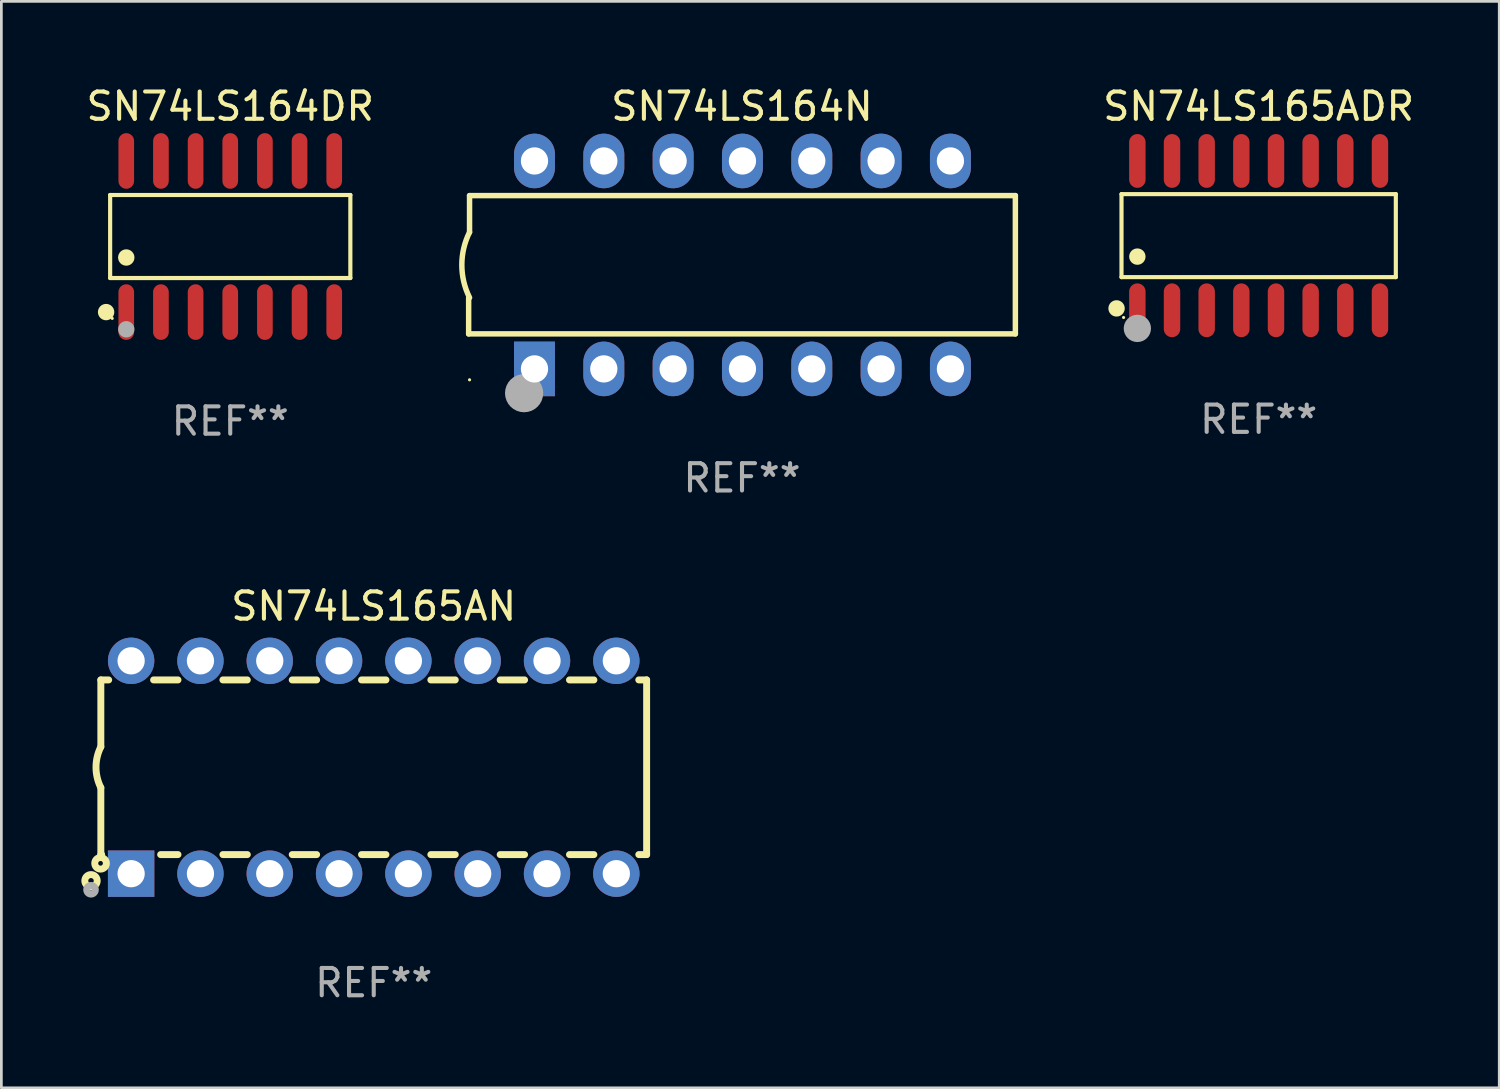
<source format=kicad_pcb>
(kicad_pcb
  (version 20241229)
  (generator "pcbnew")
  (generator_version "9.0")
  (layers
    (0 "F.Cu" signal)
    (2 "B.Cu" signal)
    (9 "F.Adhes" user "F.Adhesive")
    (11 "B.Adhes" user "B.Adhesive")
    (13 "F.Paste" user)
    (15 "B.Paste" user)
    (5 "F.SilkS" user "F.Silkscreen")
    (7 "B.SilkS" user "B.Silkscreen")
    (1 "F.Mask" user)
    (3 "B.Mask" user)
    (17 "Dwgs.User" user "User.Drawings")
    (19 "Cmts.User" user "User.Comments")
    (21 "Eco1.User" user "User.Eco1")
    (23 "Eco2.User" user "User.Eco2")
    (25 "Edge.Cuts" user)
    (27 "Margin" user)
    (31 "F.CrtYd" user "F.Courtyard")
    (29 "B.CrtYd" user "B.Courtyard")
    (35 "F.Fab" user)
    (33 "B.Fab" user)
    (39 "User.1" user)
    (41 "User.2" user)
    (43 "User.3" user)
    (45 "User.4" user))
  (footprint "SN74LS164DR"
    (layer "F.Cu")
    (at 5.387 5.617)
    (property "Reference" "SN74LS164DR" (at 0 -4.769 0) (layer "F.SilkS") (effects (font (size 1 1) (thickness 0.15))))
    (attr through_hole)
    (fp_line (start -4.401 -1.521) (end 4.401 -1.521) (stroke (width 0.152) (type solid)) (layer "F.SilkS"))
    (fp_line (start -4.401 1.521) (end -4.401 -1.521) (stroke (width 0.152) (type solid)) (layer "F.SilkS"))
    (fp_line (start 4.401 -1.521) (end 4.401 1.521) (stroke (width 0.152) (type solid)) (layer "F.SilkS"))
    (fp_line (start 4.401 1.521) (end -4.401 1.521) (stroke (width 0.152) (type solid)) (layer "F.SilkS"))
    (fp_circle (center -4.549 2.769) (end -4.399 2.769) (stroke (width 0.3) (type solid)) (fill no) (layer "F.SilkS"))
    (fp_circle (center -4.325 3) (end -4.295 3) (stroke (width 0.06) (type solid)) (fill no) (layer "F.SilkS"))
    (fp_circle (center -3.81 0.769) (end -3.66 0.769) (stroke (width 0.3) (type solid)) (fill no) (layer "F.SilkS"))
    (fp_circle (center -3.81 3.4) (end -3.66 3.4) (stroke (width 0.3) (type solid)) (fill no) (layer "F.Fab"))
    (fp_text user "REF**" (at 0 6.769 0) (layer "F.Fab") (effects (font (size 1 1) (thickness 0.15))))
    (pad "1" smd oval (at -3.81 2.769) (size 0.574 2.038) (layers "F.Cu" "F.Mask" "F.Paste"))
    (pad "2" smd oval (at -2.54 2.769) (size 0.574 2.038) (layers "F.Cu" "F.Mask" "F.Paste"))
    (pad "3" smd oval (at -1.27 2.769) (size 0.574 2.038) (layers "F.Cu" "F.Mask" "F.Paste"))
    (pad "4" smd oval (at 0 2.769) (size 0.574 2.038) (layers "F.Cu" "F.Mask" "F.Paste"))
    (pad "5" smd oval (at 1.27 2.769) (size 0.574 2.038) (layers "F.Cu" "F.Mask" "F.Paste"))
    (pad "6" smd oval (at 2.54 2.769) (size 0.574 2.038) (layers "F.Cu" "F.Mask" "F.Paste"))
    (pad "7" smd oval (at 3.81 2.769) (size 0.574 2.038) (layers "F.Cu" "F.Mask" "F.Paste"))
    (pad "8" smd oval (at 3.81 -2.769) (size 0.574 2.038) (layers "F.Cu" "F.Mask" "F.Paste"))
    (pad "9" smd oval (at 2.54 -2.769) (size 0.574 2.038) (layers "F.Cu" "F.Mask" "F.Paste"))
    (pad "10" smd oval (at 1.27 -2.769) (size 0.574 2.038) (layers "F.Cu" "F.Mask" "F.Paste"))
    (pad "11" smd oval (at 0 -2.769) (size 0.574 2.038) (layers "F.Cu" "F.Mask" "F.Paste"))
    (pad "12" smd oval (at -1.27 -2.769) (size 0.574 2.038) (layers "F.Cu" "F.Mask" "F.Paste"))
    (pad "13" smd oval (at -2.54 -2.769) (size 0.574 2.038) (layers "F.Cu" "F.Mask" "F.Paste"))
    (pad "14" smd oval (at -3.81 -2.769) (size 0.574 2.038) (layers "F.Cu" "F.Mask" "F.Paste")))
  (footprint "SN74LS165AN"
    (layer "F.Cu")
    (at 10.645 25.065)
    (property "Reference" "SN74LS165AN" (at 0 -5.9 0) (layer "F.SilkS") (effects (font (size 1 1) (thickness 0.15))))
    (attr through_hole)
    (fp_line (start -10 -3.2) (end -10 -0.75) (stroke (width 0.254) (type solid)) (layer "F.SilkS"))
    (fp_line (start -10 -3.2) (end -9.713 -3.2) (stroke (width 0.254) (type solid)) (layer "F.SilkS"))
    (fp_line (start -10 3.2) (end -10 0.75) (stroke (width 0.254) (type solid)) (layer "F.SilkS"))
    (fp_line (start -10 3.2) (end -9.971 3.2) (stroke (width 0.254) (type solid)) (layer "F.SilkS"))
    (fp_line (start -8.067 -3.2) (end -7.173 -3.2) (stroke (width 0.254) (type solid)) (layer "F.SilkS"))
    (fp_line (start -7.809 3.2) (end -7.173 3.2) (stroke (width 0.254) (type solid)) (layer "F.SilkS"))
    (fp_line (start -5.527 3.2) (end -4.633 3.2) (stroke (width 0.254) (type solid)) (layer "F.SilkS"))
    (fp_line (start -5.527 -3.2) (end -4.633 -3.2) (stroke (width 0.254) (type solid)) (layer "F.SilkS"))
    (fp_line (start -2.987 3.2) (end -2.093 3.2) (stroke (width 0.254) (type solid)) (layer "F.SilkS"))
    (fp_line (start -2.987 -3.2) (end -2.093 -3.2) (stroke (width 0.254) (type solid)) (layer "F.SilkS"))
    (fp_line (start -0.447 3.2) (end 0.447 3.2) (stroke (width 0.254) (type solid)) (layer "F.SilkS"))
    (fp_line (start -0.447 -3.2) (end 0.447 -3.2) (stroke (width 0.254) (type solid)) (layer "F.SilkS"))
    (fp_line (start 2.093 3.2) (end 2.987 3.2) (stroke (width 0.254) (type solid)) (layer "F.SilkS"))
    (fp_line (start 2.093 -3.2) (end 2.987 -3.2) (stroke (width 0.254) (type solid)) (layer "F.SilkS"))
    (fp_line (start 4.633 3.2) (end 5.527 3.2) (stroke (width 0.254) (type solid)) (layer "F.SilkS"))
    (fp_line (start 4.633 -3.2) (end 5.527 -3.2) (stroke (width 0.254) (type solid)) (layer "F.SilkS"))
    (fp_line (start 7.173 3.2) (end 8.067 3.2) (stroke (width 0.254) (type solid)) (layer "F.SilkS"))
    (fp_line (start 7.173 -3.2) (end 8.067 -3.2) (stroke (width 0.254) (type solid)) (layer "F.SilkS"))
    (fp_line (start 9.713 3.2) (end 10 3.2) (stroke (width 0.254) (type solid)) (layer "F.SilkS"))
    (fp_line (start 9.713 -3.2) (end 10 -3.2) (stroke (width 0.254) (type solid)) (layer "F.SilkS"))
    (fp_line (start 10 -3.2) (end 10 3.2) (stroke (width 0.254) (type solid)) (layer "F.SilkS"))
    (fp_arc (start -10 0.748793) (mid -10.176918 -0.000607) (end -10.000025 -0.750013) (stroke (width 0.254001) (type solid)) (layer "F.SilkS"))
    (fp_circle (center -10.36 4.16) (end -10.26 4.16) (stroke (width 0.254) (type solid)) (fill no) (layer "F.SilkS"))
    (fp_circle (center -10.01 3.52) (end -9.924 3.52) (stroke (width 0.254) (type solid)) (fill no) (layer "F.SilkS"))
    (fp_circle (center -10.36 4.49) (end -10.202 4.49) (stroke (width 0.254) (type solid)) (fill no) (layer "F.Fab"))
    (fp_text user "REF**" (at 0 7.9 0) (layer "F.Fab") (effects (font (size 1 1) (thickness 0.15))))
    (pad "1" thru_hole rect (at -8.89 3.9 90) (size 1.7 1.7) (drill 1) (layers "*.Cu" "*.Mask"))
    (pad "2" thru_hole circle (at -6.35 3.9) (size 1.7 1.7) (drill 1) (layers "*.Cu" "*.Mask"))
    (pad "3" thru_hole circle (at -3.81 3.9) (size 1.7 1.7) (drill 1) (layers "*.Cu" "*.Mask"))
    (pad "4" thru_hole circle (at -1.27 3.9) (size 1.7 1.7) (drill 1) (layers "*.Cu" "*.Mask"))
    (pad "5" thru_hole circle (at 1.27 3.9) (size 1.7 1.7) (drill 1) (layers "*.Cu" "*.Mask"))
    (pad "6" thru_hole circle (at 3.81 3.9) (size 1.7 1.7) (drill 1) (layers "*.Cu" "*.Mask"))
    (pad "7" thru_hole circle (at 6.35 3.9) (size 1.7 1.7) (drill 1) (layers "*.Cu" "*.Mask"))
    (pad "8" thru_hole circle (at 8.89 3.9) (size 1.7 1.7) (drill 1) (layers "*.Cu" "*.Mask"))
    (pad "9" thru_hole circle (at 8.89 -3.9) (size 1.7 1.7) (drill 1) (layers "*.Cu" "*.Mask"))
    (pad "10" thru_hole circle (at 6.35 -3.9) (size 1.7 1.7) (drill 1) (layers "*.Cu" "*.Mask"))
    (pad "11" thru_hole circle (at 3.81 -3.9) (size 1.7 1.7) (drill 1) (layers "*.Cu" "*.Mask"))
    (pad "12" thru_hole circle (at 1.27 -3.9) (size 1.7 1.7) (drill 1) (layers "*.Cu" "*.Mask"))
    (pad "13" thru_hole circle (at -1.27 -3.9) (size 1.7 1.7) (drill 1) (layers "*.Cu" "*.Mask"))
    (pad "14" thru_hole circle (at -3.81 -3.9) (size 1.7 1.7) (drill 1) (layers "*.Cu" "*.Mask"))
    (pad "15" thru_hole circle (at -6.35 -3.9) (size 1.7 1.7) (drill 1) (layers "*.Cu" "*.Mask"))
    (pad "16" thru_hole circle (at -8.89 -3.9) (size 1.7 1.7) (drill 1) (layers "*.Cu" "*.Mask")))
  (footprint "SN74LS165ADR"
    (layer "F.Cu")
    (at 43.072 5.584)
    (property "Reference" "SN74LS165ADR" (at 0 -4.736 0) (layer "F.SilkS") (effects (font (size 1 1) (thickness 0.15))))
    (attr through_hole)
    (fp_line (start -5.026 -1.521) (end 5.026 -1.521) (stroke (width 0.152) (type solid)) (layer "F.SilkS"))
    (fp_line (start -5.026 1.521) (end -5.026 -1.521) (stroke (width 0.152) (type solid)) (layer "F.SilkS"))
    (fp_line (start 5.026 -1.521) (end 5.026 1.521) (stroke (width 0.152) (type solid)) (layer "F.SilkS"))
    (fp_line (start 5.026 1.521) (end -5.026 1.521) (stroke (width 0.152) (type solid)) (layer "F.SilkS"))
    (fp_circle (center -5.207 2.667) (end -5.057 2.667) (stroke (width 0.3) (type solid)) (fill no) (layer "F.SilkS"))
    (fp_circle (center -4.95 3) (end -4.92 3) (stroke (width 0.06) (type solid)) (fill no) (layer "F.SilkS"))
    (fp_circle (center -4.445 0.769) (end -4.295 0.769) (stroke (width 0.3) (type solid)) (fill no) (layer "F.SilkS"))
    (fp_circle (center -4.445 3.4) (end -4.195 3.4) (stroke (width 0.5) (type solid)) (fill no) (layer "F.Fab"))
    (fp_text user "REF**" (at 0 6.736 0) (layer "F.Fab") (effects (font (size 1 1) (thickness 0.15))))
    (pad "1" smd oval (at -4.445 2.736) (size 0.602 1.971) (layers "F.Cu" "F.Mask" "F.Paste"))
    (pad "2" smd oval (at -3.175 2.736) (size 0.602 1.971) (layers "F.Cu" "F.Mask" "F.Paste"))
    (pad "3" smd oval (at -1.905 2.736) (size 0.602 1.971) (layers "F.Cu" "F.Mask" "F.Paste"))
    (pad "4" smd oval (at -0.635 2.736) (size 0.602 1.971) (layers "F.Cu" "F.Mask" "F.Paste"))
    (pad "5" smd oval (at 0.635 2.736) (size 0.602 1.971) (layers "F.Cu" "F.Mask" "F.Paste"))
    (pad "6" smd oval (at 1.905 2.736) (size 0.602 1.971) (layers "F.Cu" "F.Mask" "F.Paste"))
    (pad "7" smd oval (at 3.175 2.736) (size 0.602 1.971) (layers "F.Cu" "F.Mask" "F.Paste"))
    (pad "8" smd oval (at 4.445 2.736) (size 0.602 1.971) (layers "F.Cu" "F.Mask" "F.Paste"))
    (pad "9" smd oval (at 4.445 -2.736) (size 0.602 1.971) (layers "F.Cu" "F.Mask" "F.Paste"))
    (pad "10" smd oval (at 3.175 -2.736) (size 0.602 1.971) (layers "F.Cu" "F.Mask" "F.Paste"))
    (pad "11" smd oval (at 1.905 -2.736) (size 0.602 1.971) (layers "F.Cu" "F.Mask" "F.Paste"))
    (pad "12" smd oval (at 0.635 -2.736) (size 0.602 1.971) (layers "F.Cu" "F.Mask" "F.Paste"))
    (pad "13" smd oval (at -0.635 -2.736) (size 0.602 1.971) (layers "F.Cu" "F.Mask" "F.Paste"))
    (pad "14" smd oval (at -1.905 -2.736) (size 0.602 1.971) (layers "F.Cu" "F.Mask" "F.Paste"))
    (pad "15" smd oval (at -3.175 -2.736) (size 0.602 1.971) (layers "F.Cu" "F.Mask" "F.Paste"))
    (pad "16" smd oval (at -4.445 -2.736) (size 0.602 1.971) (layers "F.Cu" "F.Mask" "F.Paste")))
  (footprint "SN74LS164N"
    (layer "F.Cu")
    (at 24.14 6.658)
    (property "Reference" "SN74LS164N" (at 0 -5.81 0) (layer "F.SilkS") (effects (font (size 1 1) (thickness 0.15))))
    (attr through_hole)
    (fp_line (start -10.017 2.527) (end -10.017 1.199) (stroke (width 0.2) (type solid)) (layer "F.SilkS"))
    (fp_line (start -9.984 -2.54) (end 10.017 -2.54) (stroke (width 0.2) (type solid)) (layer "F.SilkS"))
    (fp_line (start -9.984 -1.2) (end -9.984 -2.54) (stroke (width 0.2) (type solid)) (layer "F.SilkS"))
    (fp_line (start 10.017 -2.54) (end 10.017 2.527) (stroke (width 0.2) (type solid)) (layer "F.SilkS"))
    (fp_line (start 10.017 2.527) (end -10.017 2.527) (stroke (width 0.2) (type solid)) (layer "F.SilkS"))
    (fp_arc (start -9.983503 1.198882) (mid -10.266661 -0.000556) (end -9.983528 -1.2) (stroke (width 0.2) (type solid)) (layer "F.SilkS"))
    (fp_circle (center -9.984 4.21) (end -9.954 4.21) (stroke (width 0.06) (type solid)) (fill no) (layer "F.SilkS"))
    (fp_circle (center -7.985 4.699) (end -7.635 4.699) (stroke (width 0.7) (type solid)) (fill no) (layer "F.Fab"))
    (fp_text user "REF**" (at 0 7.81 0) (layer "F.Fab") (effects (font (size 1 1) (thickness 0.15))))
    (pad "1" thru_hole rect (at -7.604 3.81 90) (size 2 1.5) (drill 1) (layers "*.Cu" "*.Mask"))
    (pad "2" thru_hole oval (at -5.064 3.81 90) (size 2 1.5) (drill 1) (layers "*.Cu" "*.Mask"))
    (pad "3" thru_hole oval (at -2.524 3.81 90) (size 2 1.5) (drill 1) (layers "*.Cu" "*.Mask"))
    (pad "4" thru_hole oval (at 0.016 3.81 90) (size 2 1.5) (drill 1) (layers "*.Cu" "*.Mask"))
    (pad "5" thru_hole oval (at 2.557 3.81 90) (size 2 1.5) (drill 1) (layers "*.Cu" "*.Mask"))
    (pad "6" thru_hole oval (at 5.097 3.81 90) (size 2 1.5) (drill 1) (layers "*.Cu" "*.Mask"))
    (pad "7" thru_hole oval (at 7.637 3.81 90) (size 2 1.5) (drill 1) (layers "*.Cu" "*.Mask"))
    (pad "8" thru_hole oval (at 7.637 -3.81 90) (size 2 1.5) (drill 1) (layers "*.Cu" "*.Mask"))
    (pad "9" thru_hole oval (at 5.097 -3.81 90) (size 2 1.5) (drill 1) (layers "*.Cu" "*.Mask"))
    (pad "10" thru_hole oval (at 2.557 -3.81 90) (size 2 1.5) (drill 1) (layers "*.Cu" "*.Mask"))
    (pad "11" thru_hole oval (at 0.016 -3.81 90) (size 2 1.5) (drill 1) (layers "*.Cu" "*.Mask"))
    (pad "12" thru_hole oval (at -2.524 -3.81 90) (size 2 1.5) (drill 1) (layers "*.Cu" "*.Mask"))
    (pad "13" thru_hole oval (at -5.064 -3.81 90) (size 2 1.5) (drill 1) (layers "*.Cu" "*.Mask"))
    (pad "14" thru_hole oval (at -7.604 -3.81 90) (size 2 1.5) (drill 1) (layers "*.Cu" "*.Mask")))
  (gr_rect
    (start -3 -3)
    (end 51.888 36.813)
    (stroke (width 0.1) (type default))
    (fill no)
    (layer "Edge.Cuts")))
</source>
